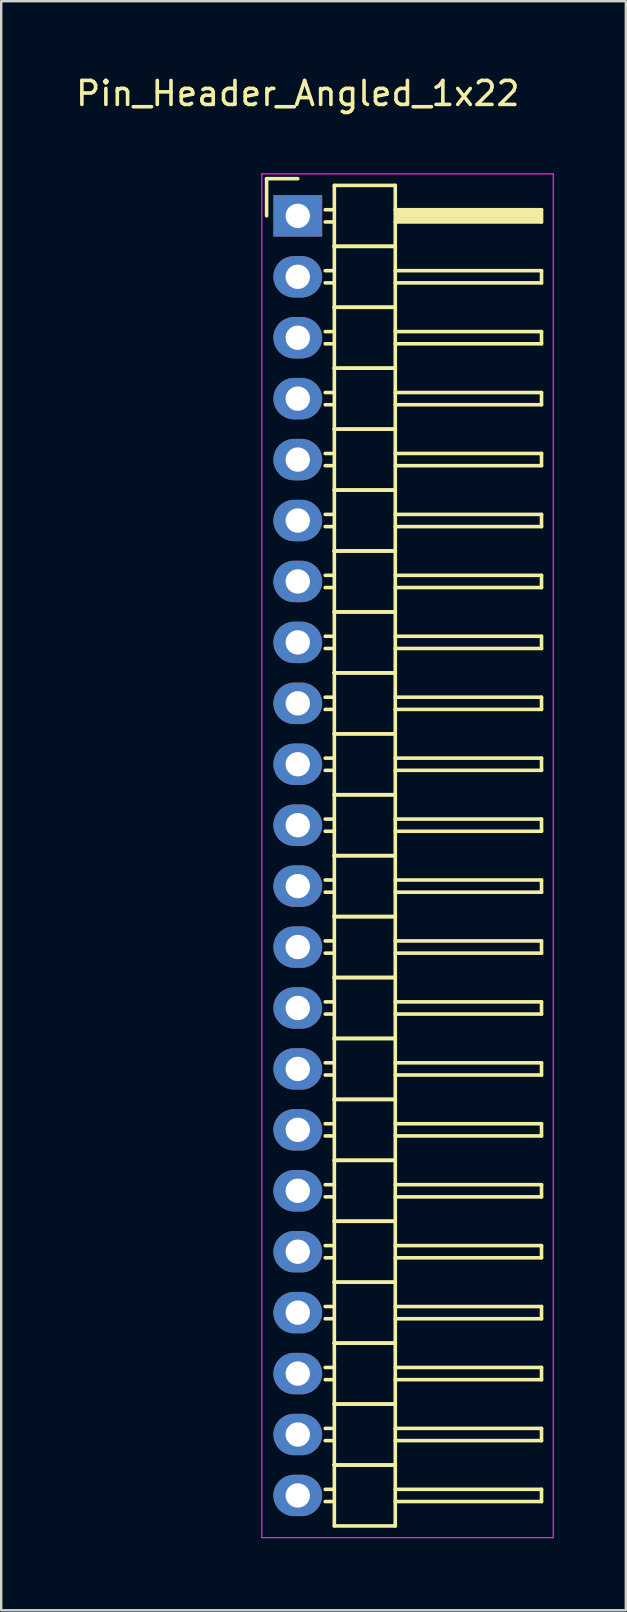
<source format=kicad_pcb>
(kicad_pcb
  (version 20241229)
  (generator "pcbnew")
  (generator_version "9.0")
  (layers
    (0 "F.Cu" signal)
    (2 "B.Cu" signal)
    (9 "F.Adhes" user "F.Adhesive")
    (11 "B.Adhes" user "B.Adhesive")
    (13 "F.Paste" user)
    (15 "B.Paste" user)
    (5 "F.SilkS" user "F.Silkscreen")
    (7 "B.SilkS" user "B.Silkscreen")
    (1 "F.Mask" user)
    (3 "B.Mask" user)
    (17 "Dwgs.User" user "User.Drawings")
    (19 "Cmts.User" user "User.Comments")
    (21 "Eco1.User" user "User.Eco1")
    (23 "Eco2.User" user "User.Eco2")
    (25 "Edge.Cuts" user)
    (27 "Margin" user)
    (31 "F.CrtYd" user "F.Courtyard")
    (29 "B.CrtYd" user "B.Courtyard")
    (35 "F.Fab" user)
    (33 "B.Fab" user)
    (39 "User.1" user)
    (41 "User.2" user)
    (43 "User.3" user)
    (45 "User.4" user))
  (footprint "Pin_Header_Angled_1x22"
    (layer "F.Cu")
    (at 9.363 5.948)
    (property "Reference" "Pin_Header_Angled_1x22" (at 0 -5.1 0) (layer "F.SilkS") (effects (font (size 1 1) (thickness 0.15))))
    (attr through_hole)
    (fp_line (start -1.3 -1.55) (end -1.3 0) (stroke (width 0.15) (type solid)) (layer "F.SilkS"))
    (fp_line (start 0 -1.55) (end -1.3 -1.55) (stroke (width 0.15) (type solid)) (layer "F.SilkS"))
    (fp_line (start 1.524 -1.27) (end 1.524 1.27) (stroke (width 0.15) (type solid)) (layer "F.SilkS"))
    (fp_line (start 1.524 -1.27) (end 4.064 -1.27) (stroke (width 0.15) (type solid)) (layer "F.SilkS"))
    (fp_line (start 1.524 -0.254) (end 1.143 -0.254) (stroke (width 0.15) (type solid)) (layer "F.SilkS"))
    (fp_line (start 1.524 0.254) (end 1.143 0.254) (stroke (width 0.15) (type solid)) (layer "F.SilkS"))
    (fp_line (start 1.524 1.27) (end 1.524 3.81) (stroke (width 0.15) (type solid)) (layer "F.SilkS"))
    (fp_line (start 1.524 1.27) (end 4.064 1.27) (stroke (width 0.15) (type solid)) (layer "F.SilkS"))
    (fp_line (start 1.524 1.27) (end 4.064 1.27) (stroke (width 0.15) (type solid)) (layer "F.SilkS"))
    (fp_line (start 1.524 2.286) (end 1.143 2.286) (stroke (width 0.15) (type solid)) (layer "F.SilkS"))
    (fp_line (start 1.524 2.794) (end 1.143 2.794) (stroke (width 0.15) (type solid)) (layer "F.SilkS"))
    (fp_line (start 1.524 3.81) (end 1.524 6.35) (stroke (width 0.15) (type solid)) (layer "F.SilkS"))
    (fp_line (start 1.524 3.81) (end 4.064 3.81) (stroke (width 0.15) (type solid)) (layer "F.SilkS"))
    (fp_line (start 1.524 3.81) (end 4.064 3.81) (stroke (width 0.15) (type solid)) (layer "F.SilkS"))
    (fp_line (start 1.524 4.826) (end 1.143 4.826) (stroke (width 0.15) (type solid)) (layer "F.SilkS"))
    (fp_line (start 1.524 5.334) (end 1.143 5.334) (stroke (width 0.15) (type solid)) (layer "F.SilkS"))
    (fp_line (start 1.524 6.35) (end 1.524 8.89) (stroke (width 0.15) (type solid)) (layer "F.SilkS"))
    (fp_line (start 1.524 6.35) (end 4.064 6.35) (stroke (width 0.15) (type solid)) (layer "F.SilkS"))
    (fp_line (start 1.524 6.35) (end 4.064 6.35) (stroke (width 0.15) (type solid)) (layer "F.SilkS"))
    (fp_line (start 1.524 7.366) (end 1.143 7.366) (stroke (width 0.15) (type solid)) (layer "F.SilkS"))
    (fp_line (start 1.524 7.874) (end 1.143 7.874) (stroke (width 0.15) (type solid)) (layer "F.SilkS"))
    (fp_line (start 1.524 8.89) (end 1.524 11.43) (stroke (width 0.15) (type solid)) (layer "F.SilkS"))
    (fp_line (start 1.524 8.89) (end 4.064 8.89) (stroke (width 0.15) (type solid)) (layer "F.SilkS"))
    (fp_line (start 1.524 8.89) (end 4.064 8.89) (stroke (width 0.15) (type solid)) (layer "F.SilkS"))
    (fp_line (start 1.524 9.906) (end 1.143 9.906) (stroke (width 0.15) (type solid)) (layer "F.SilkS"))
    (fp_line (start 1.524 10.414) (end 1.143 10.414) (stroke (width 0.15) (type solid)) (layer "F.SilkS"))
    (fp_line (start 1.524 11.43) (end 1.524 13.97) (stroke (width 0.15) (type solid)) (layer "F.SilkS"))
    (fp_line (start 1.524 11.43) (end 4.064 11.43) (stroke (width 0.15) (type solid)) (layer "F.SilkS"))
    (fp_line (start 1.524 11.43) (end 4.064 11.43) (stroke (width 0.15) (type solid)) (layer "F.SilkS"))
    (fp_line (start 1.524 12.446) (end 1.143 12.446) (stroke (width 0.15) (type solid)) (layer "F.SilkS"))
    (fp_line (start 1.524 12.954) (end 1.143 12.954) (stroke (width 0.15) (type solid)) (layer "F.SilkS"))
    (fp_line (start 1.524 13.97) (end 1.524 16.51) (stroke (width 0.15) (type solid)) (layer "F.SilkS"))
    (fp_line (start 1.524 13.97) (end 4.064 13.97) (stroke (width 0.15) (type solid)) (layer "F.SilkS"))
    (fp_line (start 1.524 13.97) (end 4.064 13.97) (stroke (width 0.15) (type solid)) (layer "F.SilkS"))
    (fp_line (start 1.524 14.986) (end 1.143 14.986) (stroke (width 0.15) (type solid)) (layer "F.SilkS"))
    (fp_line (start 1.524 15.494) (end 1.143 15.494) (stroke (width 0.15) (type solid)) (layer "F.SilkS"))
    (fp_line (start 1.524 16.51) (end 1.524 19.05) (stroke (width 0.15) (type solid)) (layer "F.SilkS"))
    (fp_line (start 1.524 16.51) (end 4.064 16.51) (stroke (width 0.15) (type solid)) (layer "F.SilkS"))
    (fp_line (start 1.524 16.51) (end 4.064 16.51) (stroke (width 0.15) (type solid)) (layer "F.SilkS"))
    (fp_line (start 1.524 17.526) (end 1.143 17.526) (stroke (width 0.15) (type solid)) (layer "F.SilkS"))
    (fp_line (start 1.524 18.034) (end 1.143 18.034) (stroke (width 0.15) (type solid)) (layer "F.SilkS"))
    (fp_line (start 1.524 19.05) (end 1.524 21.59) (stroke (width 0.15) (type solid)) (layer "F.SilkS"))
    (fp_line (start 1.524 19.05) (end 4.064 19.05) (stroke (width 0.15) (type solid)) (layer "F.SilkS"))
    (fp_line (start 1.524 19.05) (end 4.064 19.05) (stroke (width 0.15) (type solid)) (layer "F.SilkS"))
    (fp_line (start 1.524 20.066) (end 1.143 20.066) (stroke (width 0.15) (type solid)) (layer "F.SilkS"))
    (fp_line (start 1.524 20.574) (end 1.143 20.574) (stroke (width 0.15) (type solid)) (layer "F.SilkS"))
    (fp_line (start 1.524 21.59) (end 1.524 24.13) (stroke (width 0.15) (type solid)) (layer "F.SilkS"))
    (fp_line (start 1.524 21.59) (end 4.064 21.59) (stroke (width 0.15) (type solid)) (layer "F.SilkS"))
    (fp_line (start 1.524 21.59) (end 4.064 21.59) (stroke (width 0.15) (type solid)) (layer "F.SilkS"))
    (fp_line (start 1.524 22.606) (end 1.143 22.606) (stroke (width 0.15) (type solid)) (layer "F.SilkS"))
    (fp_line (start 1.524 23.114) (end 1.143 23.114) (stroke (width 0.15) (type solid)) (layer "F.SilkS"))
    (fp_line (start 1.524 24.13) (end 1.524 26.67) (stroke (width 0.15) (type solid)) (layer "F.SilkS"))
    (fp_line (start 1.524 24.13) (end 4.064 24.13) (stroke (width 0.15) (type solid)) (layer "F.SilkS"))
    (fp_line (start 1.524 24.13) (end 4.064 24.13) (stroke (width 0.15) (type solid)) (layer "F.SilkS"))
    (fp_line (start 1.524 25.146) (end 1.143 25.146) (stroke (width 0.15) (type solid)) (layer "F.SilkS"))
    (fp_line (start 1.524 25.654) (end 1.143 25.654) (stroke (width 0.15) (type solid)) (layer "F.SilkS"))
    (fp_line (start 1.524 26.67) (end 1.524 29.21) (stroke (width 0.15) (type solid)) (layer "F.SilkS"))
    (fp_line (start 1.524 26.67) (end 4.064 26.67) (stroke (width 0.15) (type solid)) (layer "F.SilkS"))
    (fp_line (start 1.524 26.67) (end 4.064 26.67) (stroke (width 0.15) (type solid)) (layer "F.SilkS"))
    (fp_line (start 1.524 27.686) (end 1.143 27.686) (stroke (width 0.15) (type solid)) (layer "F.SilkS"))
    (fp_line (start 1.524 28.194) (end 1.143 28.194) (stroke (width 0.15) (type solid)) (layer "F.SilkS"))
    (fp_line (start 1.524 29.21) (end 1.524 31.75) (stroke (width 0.15) (type solid)) (layer "F.SilkS"))
    (fp_line (start 1.524 29.21) (end 4.064 29.21) (stroke (width 0.15) (type solid)) (layer "F.SilkS"))
    (fp_line (start 1.524 29.21) (end 4.064 29.21) (stroke (width 0.15) (type solid)) (layer "F.SilkS"))
    (fp_line (start 1.524 30.226) (end 1.143 30.226) (stroke (width 0.15) (type solid)) (layer "F.SilkS"))
    (fp_line (start 1.524 30.734) (end 1.143 30.734) (stroke (width 0.15) (type solid)) (layer "F.SilkS"))
    (fp_line (start 1.524 31.75) (end 1.524 34.29) (stroke (width 0.15) (type solid)) (layer "F.SilkS"))
    (fp_line (start 1.524 31.75) (end 4.064 31.75) (stroke (width 0.15) (type solid)) (layer "F.SilkS"))
    (fp_line (start 1.524 31.75) (end 4.064 31.75) (stroke (width 0.15) (type solid)) (layer "F.SilkS"))
    (fp_line (start 1.524 32.766) (end 1.143 32.766) (stroke (width 0.15) (type solid)) (layer "F.SilkS"))
    (fp_line (start 1.524 33.274) (end 1.143 33.274) (stroke (width 0.15) (type solid)) (layer "F.SilkS"))
    (fp_line (start 1.524 34.29) (end 1.524 36.83) (stroke (width 0.15) (type solid)) (layer "F.SilkS"))
    (fp_line (start 1.524 34.29) (end 4.064 34.29) (stroke (width 0.15) (type solid)) (layer "F.SilkS"))
    (fp_line (start 1.524 34.29) (end 4.064 34.29) (stroke (width 0.15) (type solid)) (layer "F.SilkS"))
    (fp_line (start 1.524 35.306) (end 1.143 35.306) (stroke (width 0.15) (type solid)) (layer "F.SilkS"))
    (fp_line (start 1.524 35.814) (end 1.143 35.814) (stroke (width 0.15) (type solid)) (layer "F.SilkS"))
    (fp_line (start 1.524 36.83) (end 1.524 39.37) (stroke (width 0.15) (type solid)) (layer "F.SilkS"))
    (fp_line (start 1.524 36.83) (end 4.064 36.83) (stroke (width 0.15) (type solid)) (layer "F.SilkS"))
    (fp_line (start 1.524 36.83) (end 4.064 36.83) (stroke (width 0.15) (type solid)) (layer "F.SilkS"))
    (fp_line (start 1.524 37.846) (end 1.143 37.846) (stroke (width 0.15) (type solid)) (layer "F.SilkS"))
    (fp_line (start 1.524 38.354) (end 1.143 38.354) (stroke (width 0.15) (type solid)) (layer "F.SilkS"))
    (fp_line (start 1.524 39.37) (end 1.524 41.91) (stroke (width 0.15) (type solid)) (layer "F.SilkS"))
    (fp_line (start 1.524 39.37) (end 4.064 39.37) (stroke (width 0.15) (type solid)) (layer "F.SilkS"))
    (fp_line (start 1.524 39.37) (end 4.064 39.37) (stroke (width 0.15) (type solid)) (layer "F.SilkS"))
    (fp_line (start 1.524 40.386) (end 1.143 40.386) (stroke (width 0.15) (type solid)) (layer "F.SilkS"))
    (fp_line (start 1.524 40.894) (end 1.143 40.894) (stroke (width 0.15) (type solid)) (layer "F.SilkS"))
    (fp_line (start 1.524 41.91) (end 1.524 44.45) (stroke (width 0.15) (type solid)) (layer "F.SilkS"))
    (fp_line (start 1.524 41.91) (end 4.064 41.91) (stroke (width 0.15) (type solid)) (layer "F.SilkS"))
    (fp_line (start 1.524 41.91) (end 4.064 41.91) (stroke (width 0.15) (type solid)) (layer "F.SilkS"))
    (fp_line (start 1.524 42.926) (end 1.143 42.926) (stroke (width 0.15) (type solid)) (layer "F.SilkS"))
    (fp_line (start 1.524 43.434) (end 1.143 43.434) (stroke (width 0.15) (type solid)) (layer "F.SilkS"))
    (fp_line (start 1.524 44.45) (end 1.524 46.99) (stroke (width 0.15) (type solid)) (layer "F.SilkS"))
    (fp_line (start 1.524 44.45) (end 4.064 44.45) (stroke (width 0.15) (type solid)) (layer "F.SilkS"))
    (fp_line (start 1.524 44.45) (end 4.064 44.45) (stroke (width 0.15) (type solid)) (layer "F.SilkS"))
    (fp_line (start 1.524 45.466) (end 1.143 45.466) (stroke (width 0.15) (type solid)) (layer "F.SilkS"))
    (fp_line (start 1.524 45.974) (end 1.143 45.974) (stroke (width 0.15) (type solid)) (layer "F.SilkS"))
    (fp_line (start 1.524 46.99) (end 1.524 49.53) (stroke (width 0.15) (type solid)) (layer "F.SilkS"))
    (fp_line (start 1.524 46.99) (end 4.064 46.99) (stroke (width 0.15) (type solid)) (layer "F.SilkS"))
    (fp_line (start 1.524 46.99) (end 4.064 46.99) (stroke (width 0.15) (type solid)) (layer "F.SilkS"))
    (fp_line (start 1.524 48.006) (end 1.143 48.006) (stroke (width 0.15) (type solid)) (layer "F.SilkS"))
    (fp_line (start 1.524 48.514) (end 1.143 48.514) (stroke (width 0.15) (type solid)) (layer "F.SilkS"))
    (fp_line (start 1.524 49.53) (end 1.524 52.07) (stroke (width 0.15) (type solid)) (layer "F.SilkS"))
    (fp_line (start 1.524 49.53) (end 4.064 49.53) (stroke (width 0.15) (type solid)) (layer "F.SilkS"))
    (fp_line (start 1.524 49.53) (end 4.064 49.53) (stroke (width 0.15) (type solid)) (layer "F.SilkS"))
    (fp_line (start 1.524 50.546) (end 1.143 50.546) (stroke (width 0.15) (type solid)) (layer "F.SilkS"))
    (fp_line (start 1.524 51.054) (end 1.143 51.054) (stroke (width 0.15) (type solid)) (layer "F.SilkS"))
    (fp_line (start 1.524 52.07) (end 1.524 54.61) (stroke (width 0.15) (type solid)) (layer "F.SilkS"))
    (fp_line (start 1.524 52.07) (end 4.064 52.07) (stroke (width 0.15) (type solid)) (layer "F.SilkS"))
    (fp_line (start 1.524 52.07) (end 4.064 52.07) (stroke (width 0.15) (type solid)) (layer "F.SilkS"))
    (fp_line (start 1.524 53.086) (end 1.143 53.086) (stroke (width 0.15) (type solid)) (layer "F.SilkS"))
    (fp_line (start 1.524 53.594) (end 1.143 53.594) (stroke (width 0.15) (type solid)) (layer "F.SilkS"))
    (fp_line (start 1.524 54.61) (end 4.064 54.61) (stroke (width 0.15) (type solid)) (layer "F.SilkS"))
    (fp_line (start 4.064 -0.254) (end 10.16 -0.254) (stroke (width 0.15) (type solid)) (layer "F.SilkS"))
    (fp_line (start 4.064 1.27) (end 4.064 -1.27) (stroke (width 0.15) (type solid)) (layer "F.SilkS"))
    (fp_line (start 4.064 2.286) (end 10.16 2.286) (stroke (width 0.15) (type solid)) (layer "F.SilkS"))
    (fp_line (start 4.064 3.81) (end 4.064 1.27) (stroke (width 0.15) (type solid)) (layer "F.SilkS"))
    (fp_line (start 4.064 4.826) (end 10.16 4.826) (stroke (width 0.15) (type solid)) (layer "F.SilkS"))
    (fp_line (start 4.064 6.35) (end 4.064 3.81) (stroke (width 0.15) (type solid)) (layer "F.SilkS"))
    (fp_line (start 4.064 7.366) (end 10.16 7.366) (stroke (width 0.15) (type solid)) (layer "F.SilkS"))
    (fp_line (start 4.064 8.89) (end 4.064 6.35) (stroke (width 0.15) (type solid)) (layer "F.SilkS"))
    (fp_line (start 4.064 9.906) (end 10.16 9.906) (stroke (width 0.15) (type solid)) (layer "F.SilkS"))
    (fp_line (start 4.064 11.43) (end 4.064 8.89) (stroke (width 0.15) (type solid)) (layer "F.SilkS"))
    (fp_line (start 4.064 12.446) (end 10.16 12.446) (stroke (width 0.15) (type solid)) (layer "F.SilkS"))
    (fp_line (start 4.064 13.97) (end 4.064 11.43) (stroke (width 0.15) (type solid)) (layer "F.SilkS"))
    (fp_line (start 4.064 14.986) (end 10.16 14.986) (stroke (width 0.15) (type solid)) (layer "F.SilkS"))
    (fp_line (start 4.064 16.51) (end 4.064 13.97) (stroke (width 0.15) (type solid)) (layer "F.SilkS"))
    (fp_line (start 4.064 17.526) (end 10.16 17.526) (stroke (width 0.15) (type solid)) (layer "F.SilkS"))
    (fp_line (start 4.064 19.05) (end 4.064 16.51) (stroke (width 0.15) (type solid)) (layer "F.SilkS"))
    (fp_line (start 4.064 20.066) (end 10.16 20.066) (stroke (width 0.15) (type solid)) (layer "F.SilkS"))
    (fp_line (start 4.064 21.59) (end 4.064 19.05) (stroke (width 0.15) (type solid)) (layer "F.SilkS"))
    (fp_line (start 4.064 22.606) (end 10.16 22.606) (stroke (width 0.15) (type solid)) (layer "F.SilkS"))
    (fp_line (start 4.064 24.13) (end 4.064 21.59) (stroke (width 0.15) (type solid)) (layer "F.SilkS"))
    (fp_line (start 4.064 25.146) (end 10.16 25.146) (stroke (width 0.15) (type solid)) (layer "F.SilkS"))
    (fp_line (start 4.064 26.67) (end 4.064 24.13) (stroke (width 0.15) (type solid)) (layer "F.SilkS"))
    (fp_line (start 4.064 27.686) (end 10.16 27.686) (stroke (width 0.15) (type solid)) (layer "F.SilkS"))
    (fp_line (start 4.064 29.21) (end 4.064 26.67) (stroke (width 0.15) (type solid)) (layer "F.SilkS"))
    (fp_line (start 4.064 30.226) (end 10.16 30.226) (stroke (width 0.15) (type solid)) (layer "F.SilkS"))
    (fp_line (start 4.064 31.75) (end 4.064 29.21) (stroke (width 0.15) (type solid)) (layer "F.SilkS"))
    (fp_line (start 4.064 32.766) (end 10.16 32.766) (stroke (width 0.15) (type solid)) (layer "F.SilkS"))
    (fp_line (start 4.064 34.29) (end 4.064 31.75) (stroke (width 0.15) (type solid)) (layer "F.SilkS"))
    (fp_line (start 4.064 35.306) (end 10.16 35.306) (stroke (width 0.15) (type solid)) (layer "F.SilkS"))
    (fp_line (start 4.064 36.83) (end 4.064 34.29) (stroke (width 0.15) (type solid)) (layer "F.SilkS"))
    (fp_line (start 4.064 37.846) (end 10.16 37.846) (stroke (width 0.15) (type solid)) (layer "F.SilkS"))
    (fp_line (start 4.064 39.37) (end 4.064 36.83) (stroke (width 0.15) (type solid)) (layer "F.SilkS"))
    (fp_line (start 4.064 40.386) (end 10.16 40.386) (stroke (width 0.15) (type solid)) (layer "F.SilkS"))
    (fp_line (start 4.064 41.91) (end 4.064 39.37) (stroke (width 0.15) (type solid)) (layer "F.SilkS"))
    (fp_line (start 4.064 42.926) (end 10.16 42.926) (stroke (width 0.15) (type solid)) (layer "F.SilkS"))
    (fp_line (start 4.064 44.45) (end 4.064 41.91) (stroke (width 0.15) (type solid)) (layer "F.SilkS"))
    (fp_line (start 4.064 45.466) (end 10.16 45.466) (stroke (width 0.15) (type solid)) (layer "F.SilkS"))
    (fp_line (start 4.064 46.99) (end 4.064 44.45) (stroke (width 0.15) (type solid)) (layer "F.SilkS"))
    (fp_line (start 4.064 48.006) (end 10.16 48.006) (stroke (width 0.15) (type solid)) (layer "F.SilkS"))
    (fp_line (start 4.064 49.53) (end 4.064 46.99) (stroke (width 0.15) (type solid)) (layer "F.SilkS"))
    (fp_line (start 4.064 50.546) (end 10.16 50.546) (stroke (width 0.15) (type solid)) (layer "F.SilkS"))
    (fp_line (start 4.064 52.07) (end 4.064 49.53) (stroke (width 0.15) (type solid)) (layer "F.SilkS"))
    (fp_line (start 4.064 53.086) (end 10.16 53.086) (stroke (width 0.15) (type solid)) (layer "F.SilkS"))
    (fp_line (start 4.064 54.61) (end 4.064 52.07) (stroke (width 0.15) (type solid)) (layer "F.SilkS"))
    (fp_line (start 4.191 -0.127) (end 10.033 -0.127) (stroke (width 0.15) (type solid)) (layer "F.SilkS"))
    (fp_line (start 4.191 0) (end 10.033 0) (stroke (width 0.15) (type solid)) (layer "F.SilkS"))
    (fp_line (start 4.191 0.127) (end 4.191 0) (stroke (width 0.15) (type solid)) (layer "F.SilkS"))
    (fp_line (start 10.033 -0.127) (end 10.033 0.127) (stroke (width 0.15) (type solid)) (layer "F.SilkS"))
    (fp_line (start 10.033 0.127) (end 4.191 0.127) (stroke (width 0.15) (type solid)) (layer "F.SilkS"))
    (fp_line (start 10.16 -0.254) (end 10.16 0.254) (stroke (width 0.15) (type solid)) (layer "F.SilkS"))
    (fp_line (start 10.16 0.254) (end 4.064 0.254) (stroke (width 0.15) (type solid)) (layer "F.SilkS"))
    (fp_line (start 10.16 2.286) (end 10.16 2.794) (stroke (width 0.15) (type solid)) (layer "F.SilkS"))
    (fp_line (start 10.16 2.794) (end 4.064 2.794) (stroke (width 0.15) (type solid)) (layer "F.SilkS"))
    (fp_line (start 10.16 4.826) (end 10.16 5.334) (stroke (width 0.15) (type solid)) (layer "F.SilkS"))
    (fp_line (start 10.16 5.334) (end 4.064 5.334) (stroke (width 0.15) (type solid)) (layer "F.SilkS"))
    (fp_line (start 10.16 7.366) (end 10.16 7.874) (stroke (width 0.15) (type solid)) (layer "F.SilkS"))
    (fp_line (start 10.16 7.874) (end 4.064 7.874) (stroke (width 0.15) (type solid)) (layer "F.SilkS"))
    (fp_line (start 10.16 9.906) (end 10.16 10.414) (stroke (width 0.15) (type solid)) (layer "F.SilkS"))
    (fp_line (start 10.16 10.414) (end 4.064 10.414) (stroke (width 0.15) (type solid)) (layer "F.SilkS"))
    (fp_line (start 10.16 12.446) (end 10.16 12.954) (stroke (width 0.15) (type solid)) (layer "F.SilkS"))
    (fp_line (start 10.16 12.954) (end 4.064 12.954) (stroke (width 0.15) (type solid)) (layer "F.SilkS"))
    (fp_line (start 10.16 14.986) (end 10.16 15.494) (stroke (width 0.15) (type solid)) (layer "F.SilkS"))
    (fp_line (start 10.16 15.494) (end 4.064 15.494) (stroke (width 0.15) (type solid)) (layer "F.SilkS"))
    (fp_line (start 10.16 17.526) (end 10.16 18.034) (stroke (width 0.15) (type solid)) (layer "F.SilkS"))
    (fp_line (start 10.16 18.034) (end 4.064 18.034) (stroke (width 0.15) (type solid)) (layer "F.SilkS"))
    (fp_line (start 10.16 20.066) (end 10.16 20.574) (stroke (width 0.15) (type solid)) (layer "F.SilkS"))
    (fp_line (start 10.16 20.574) (end 4.064 20.574) (stroke (width 0.15) (type solid)) (layer "F.SilkS"))
    (fp_line (start 10.16 22.606) (end 10.16 23.114) (stroke (width 0.15) (type solid)) (layer "F.SilkS"))
    (fp_line (start 10.16 23.114) (end 4.064 23.114) (stroke (width 0.15) (type solid)) (layer "F.SilkS"))
    (fp_line (start 10.16 25.146) (end 10.16 25.654) (stroke (width 0.15) (type solid)) (layer "F.SilkS"))
    (fp_line (start 10.16 25.654) (end 4.064 25.654) (stroke (width 0.15) (type solid)) (layer "F.SilkS"))
    (fp_line (start 10.16 27.686) (end 10.16 28.194) (stroke (width 0.15) (type solid)) (layer "F.SilkS"))
    (fp_line (start 10.16 28.194) (end 4.064 28.194) (stroke (width 0.15) (type solid)) (layer "F.SilkS"))
    (fp_line (start 10.16 30.226) (end 10.16 30.734) (stroke (width 0.15) (type solid)) (layer "F.SilkS"))
    (fp_line (start 10.16 30.734) (end 4.064 30.734) (stroke (width 0.15) (type solid)) (layer "F.SilkS"))
    (fp_line (start 10.16 32.766) (end 10.16 33.274) (stroke (width 0.15) (type solid)) (layer "F.SilkS"))
    (fp_line (start 10.16 33.274) (end 4.064 33.274) (stroke (width 0.15) (type solid)) (layer "F.SilkS"))
    (fp_line (start 10.16 35.306) (end 10.16 35.814) (stroke (width 0.15) (type solid)) (layer "F.SilkS"))
    (fp_line (start 10.16 35.814) (end 4.064 35.814) (stroke (width 0.15) (type solid)) (layer "F.SilkS"))
    (fp_line (start 10.16 37.846) (end 10.16 38.354) (stroke (width 0.15) (type solid)) (layer "F.SilkS"))
    (fp_line (start 10.16 38.354) (end 4.064 38.354) (stroke (width 0.15) (type solid)) (layer "F.SilkS"))
    (fp_line (start 10.16 40.386) (end 10.16 40.894) (stroke (width 0.15) (type solid)) (layer "F.SilkS"))
    (fp_line (start 10.16 40.894) (end 4.064 40.894) (stroke (width 0.15) (type solid)) (layer "F.SilkS"))
    (fp_line (start 10.16 42.926) (end 10.16 43.434) (stroke (width 0.15) (type solid)) (layer "F.SilkS"))
    (fp_line (start 10.16 43.434) (end 4.064 43.434) (stroke (width 0.15) (type solid)) (layer "F.SilkS"))
    (fp_line (start 10.16 45.466) (end 10.16 45.974) (stroke (width 0.15) (type solid)) (layer "F.SilkS"))
    (fp_line (start 10.16 45.974) (end 4.064 45.974) (stroke (width 0.15) (type solid)) (layer "F.SilkS"))
    (fp_line (start 10.16 48.006) (end 10.16 48.514) (stroke (width 0.15) (type solid)) (layer "F.SilkS"))
    (fp_line (start 10.16 48.514) (end 4.064 48.514) (stroke (width 0.15) (type solid)) (layer "F.SilkS"))
    (fp_line (start 10.16 50.546) (end 10.16 51.054) (stroke (width 0.15) (type solid)) (layer "F.SilkS"))
    (fp_line (start 10.16 51.054) (end 4.064 51.054) (stroke (width 0.15) (type solid)) (layer "F.SilkS"))
    (fp_line (start 10.16 53.086) (end 10.16 53.594) (stroke (width 0.15) (type solid)) (layer "F.SilkS"))
    (fp_line (start 10.16 53.594) (end 4.064 53.594) (stroke (width 0.15) (type solid)) (layer "F.SilkS"))
    (fp_line (start -1.5 -1.75) (end -1.5 55.1) (stroke (width 0.05) (type solid)) (layer "F.CrtYd"))
    (fp_line (start -1.5 -1.75) (end 10.65 -1.75) (stroke (width 0.05) (type solid)) (layer "F.CrtYd"))
    (fp_line (start -1.5 55.1) (end 10.65 55.1) (stroke (width 0.05) (type solid)) (layer "F.CrtYd"))
    (fp_line (start 10.65 -1.75) (end 10.65 55.1) (stroke (width 0.05) (type solid)) (layer "F.CrtYd"))
    (pad "1" thru_hole rect (at 0 0) (size 2.032 1.727) (drill 1.016) (layers "*.Cu" "*.Mask"))
    (pad "2" thru_hole oval (at 0 2.54) (size 2.032 1.727) (drill 1.016) (layers "*.Cu" "*.Mask"))
    (pad "3" thru_hole oval (at 0 5.08) (size 2.032 1.727) (drill 1.016) (layers "*.Cu" "*.Mask"))
    (pad "4" thru_hole oval (at 0 7.62) (size 2.032 1.727) (drill 1.016) (layers "*.Cu" "*.Mask"))
    (pad "5" thru_hole oval (at 0 10.16) (size 2.032 1.727) (drill 1.016) (layers "*.Cu" "*.Mask"))
    (pad "6" thru_hole oval (at 0 12.7) (size 2.032 1.727) (drill 1.016) (layers "*.Cu" "*.Mask"))
    (pad "7" thru_hole oval (at 0 15.24) (size 2.032 1.727) (drill 1.016) (layers "*.Cu" "*.Mask"))
    (pad "8" thru_hole oval (at 0 17.78) (size 2.032 1.727) (drill 1.016) (layers "*.Cu" "*.Mask"))
    (pad "9" thru_hole oval (at 0 20.32) (size 2.032 1.727) (drill 1.016) (layers "*.Cu" "*.Mask"))
    (pad "10" thru_hole oval (at 0 22.86) (size 2.032 1.727) (drill 1.016) (layers "*.Cu" "*.Mask"))
    (pad "11" thru_hole oval (at 0 25.4) (size 2.032 1.727) (drill 1.016) (layers "*.Cu" "*.Mask"))
    (pad "12" thru_hole oval (at 0 27.94) (size 2.032 1.727) (drill 1.016) (layers "*.Cu" "*.Mask"))
    (pad "13" thru_hole oval (at 0 30.48) (size 2.032 1.727) (drill 1.016) (layers "*.Cu" "*.Mask"))
    (pad "14" thru_hole oval (at 0 33.02) (size 2.032 1.727) (drill 1.016) (layers "*.Cu" "*.Mask"))
    (pad "15" thru_hole oval (at 0 35.56) (size 2.032 1.727) (drill 1.016) (layers "*.Cu" "*.Mask"))
    (pad "16" thru_hole oval (at 0 38.1) (size 2.032 1.727) (drill 1.016) (layers "*.Cu" "*.Mask"))
    (pad "17" thru_hole oval (at 0 40.64) (size 2.032 1.727) (drill 1.016) (layers "*.Cu" "*.Mask"))
    (pad "18" thru_hole oval (at 0 43.18) (size 2.032 1.727) (drill 1.016) (layers "*.Cu" "*.Mask"))
    (pad "19" thru_hole oval (at 0 45.72) (size 2.032 1.727) (drill 1.016) (layers "*.Cu" "*.Mask"))
    (pad "20" thru_hole oval (at 0 48.26) (size 2.032 1.727) (drill 1.016) (layers "*.Cu" "*.Mask"))
    (pad "21" thru_hole oval (at 0 50.8) (size 2.032 1.727) (drill 1.016) (layers "*.Cu" "*.Mask"))
    (pad "22" thru_hole oval (at 0 53.34) (size 2.032 1.727) (drill 1.016) (layers "*.Cu" "*.Mask")))
  (gr_rect
    (start -3 -3)
    (end 23.038 64.073)
    (stroke (width 0.1) (type default))
    (fill no)
    (layer "Edge.Cuts")))
</source>
